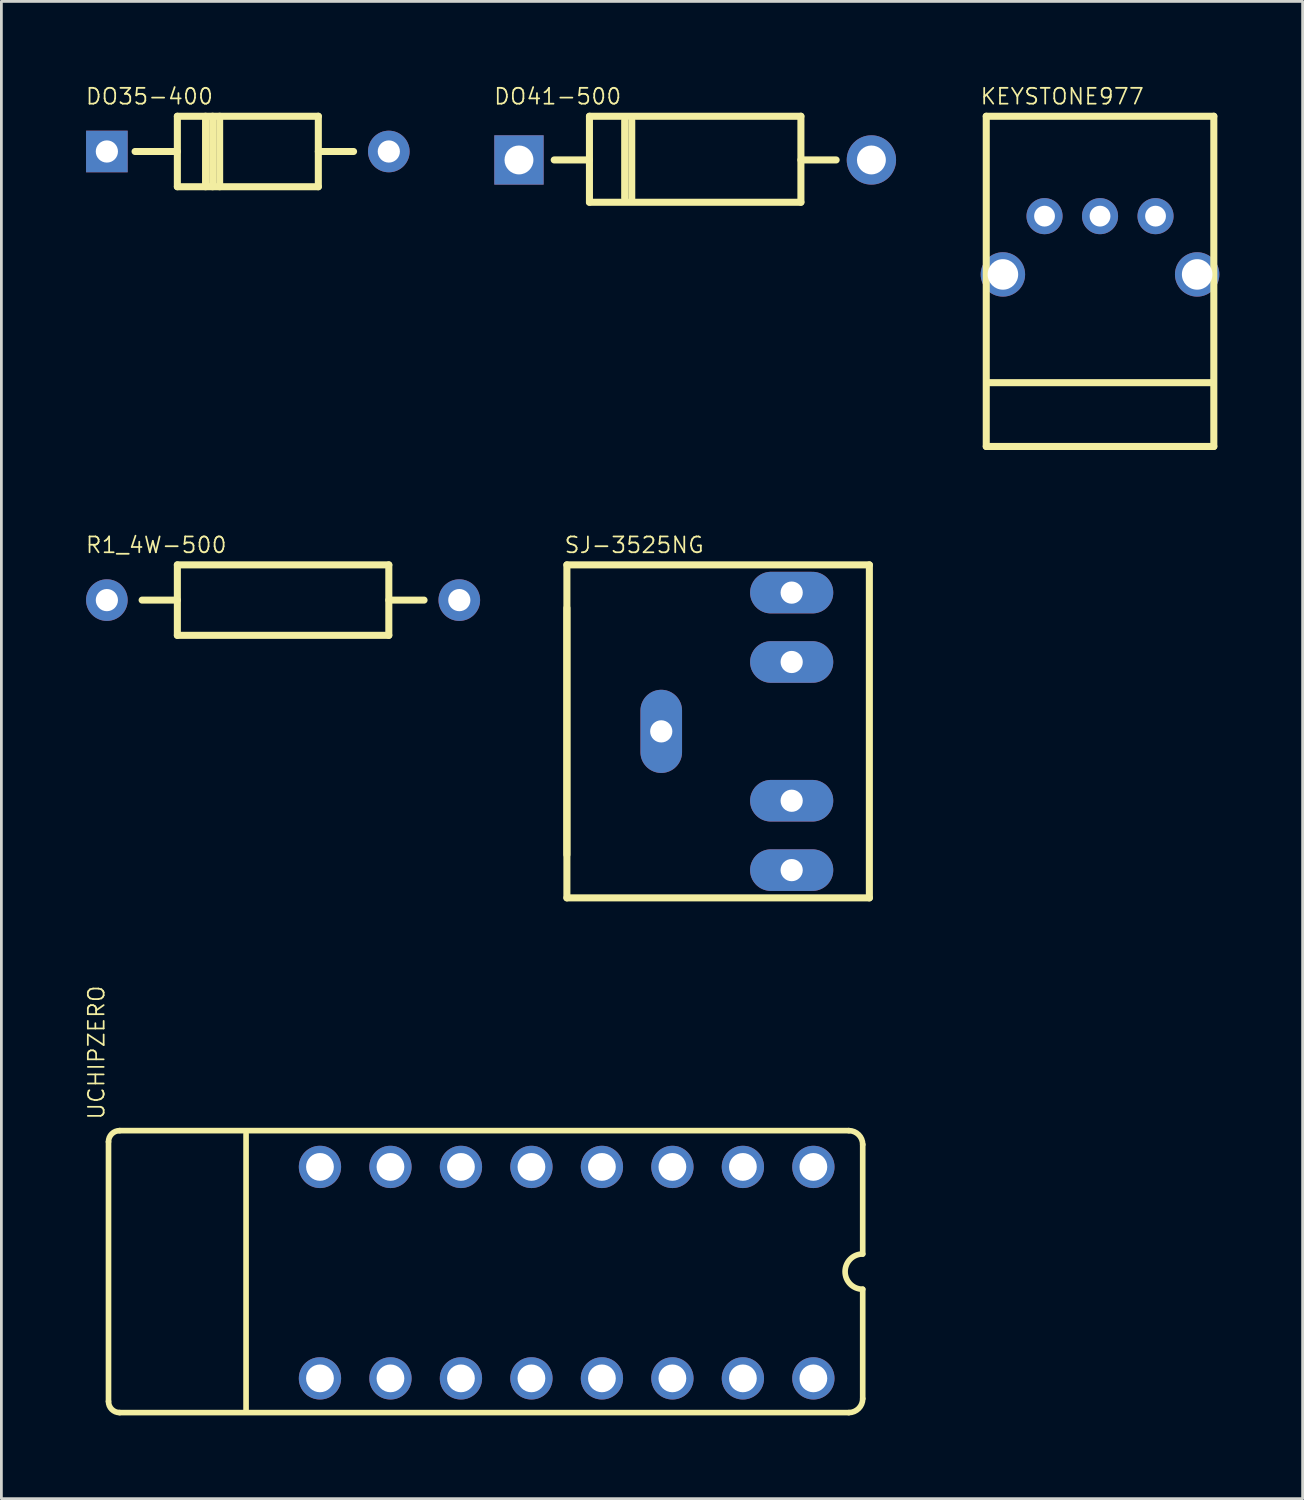
<source format=kicad_pcb>
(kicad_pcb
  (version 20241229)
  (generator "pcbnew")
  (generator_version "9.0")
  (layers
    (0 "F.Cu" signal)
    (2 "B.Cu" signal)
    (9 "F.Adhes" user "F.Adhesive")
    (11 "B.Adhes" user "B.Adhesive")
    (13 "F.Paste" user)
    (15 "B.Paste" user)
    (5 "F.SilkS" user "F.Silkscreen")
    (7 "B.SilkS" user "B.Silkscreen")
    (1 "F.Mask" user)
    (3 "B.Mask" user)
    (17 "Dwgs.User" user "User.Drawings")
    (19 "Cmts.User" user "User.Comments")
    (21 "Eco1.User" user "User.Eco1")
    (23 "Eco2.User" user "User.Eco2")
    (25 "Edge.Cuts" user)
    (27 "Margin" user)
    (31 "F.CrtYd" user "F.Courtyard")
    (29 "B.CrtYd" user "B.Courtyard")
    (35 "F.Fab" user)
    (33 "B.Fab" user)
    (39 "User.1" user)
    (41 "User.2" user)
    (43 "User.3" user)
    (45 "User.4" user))
  (footprint "DO35-400"
    (layer "F.Cu")
    (at 0.801 2.409)
    (property "Reference" "DO35-400" (at -0.801 -1.651 0) (layer "F.SilkS") (effects (font (size 0.57 0.57) (thickness 0.063)) (justify left bottom)))
    (attr through_hole)
    (fp_line (start 1.016 0) (end 2.54 0) (stroke (width 0.254) (type solid)) (layer "F.SilkS"))
    (fp_line (start 2.54 -1.27) (end 7.62 -1.27) (stroke (width 0.254) (type solid)) (layer "F.SilkS"))
    (fp_line (start 2.54 1.27) (end 2.54 -1.27) (stroke (width 0.254) (type solid)) (layer "F.SilkS"))
    (fp_line (start 2.54 1.27) (end 7.62 1.27) (stroke (width 0.254) (type solid)) (layer "F.SilkS"))
    (fp_line (start 3.556 1.27) (end 3.556 -1.27) (stroke (width 0.254) (type solid)) (layer "F.SilkS"))
    (fp_line (start 3.81 1.27) (end 3.81 -1.27) (stroke (width 0.254) (type solid)) (layer "F.SilkS"))
    (fp_line (start 4.064 1.27) (end 4.064 -1.27) (stroke (width 0.254) (type solid)) (layer "F.SilkS"))
    (fp_line (start 7.62 0) (end 8.89 0) (stroke (width 0.254) (type solid)) (layer "F.SilkS"))
    (fp_line (start 7.62 1.27) (end 7.62 -1.27) (stroke (width 0.254) (type solid)) (layer "F.SilkS"))
    (pad "1" thru_hole rect (at 0 0) (size 1.5 1.5) (drill 0.8) (layers "*.Cu" "*.Mask"))
    (pad "2" thru_hole circle (at 10.16 0) (size 1.5 1.5) (drill 0.8) (layers "*.Cu" "*.Mask")))
  (footprint "UCHIPZERO"
    (layer "F.Cu")
    (at 18.067 42.81)
    (property "Reference" "UCHIPZERO" (at -17.309 -5.473 270) (layer "F.SilkS") (effects (font (size 0.57 0.57) (thickness 0.063)) (justify left bottom)))
    (attr through_hole)
    (fp_line (start -17.207 4.643) (end -17.207 -4.717) (stroke (width 0.203) (type solid)) (layer "F.SilkS"))
    (fp_line (start -16.807 -5.117) (end 9.471 -5.117) (stroke (width 0.203) (type solid)) (layer "F.SilkS"))
    (fp_line (start -16.807 5.043) (end 9.471 5.043) (stroke (width 0.203) (type solid)) (layer "F.SilkS"))
    (fp_line (start -12.25 5) (end -12.25 -5) (stroke (width 0.203) (type solid)) (layer "F.SilkS"))
    (fp_line (start 9.971 -0.672) (end 9.971 -4.617) (stroke (width 0.203) (type solid)) (layer "F.SilkS"))
    (fp_line (start 9.971 4.543) (end 9.971 0.598) (stroke (width 0.203) (type solid)) (layer "F.SilkS"))
    (fp_arc (start -17.207 -4.717) (mid -17.089843 -4.999843) (end -16.807 -5.117) (stroke (width 0.2032) (type solid)) (layer "F.SilkS"))
    (fp_arc (start -16.807 5.043) (mid -17.089843 4.925843) (end -17.207 4.643) (stroke (width 0.2032) (type solid)) (layer "F.SilkS"))
    (fp_arc (start 9.471 -5.117) (mid 9.824553 -4.970553) (end 9.971 -4.617) (stroke (width 0.2032) (type solid)) (layer "F.SilkS"))
    (fp_arc (start 9.971 0.598) (mid 9.336 -0.037) (end 9.971 -0.672) (stroke (width 0.2032) (type solid)) (layer "F.SilkS"))
    (fp_arc (start 9.971 4.543) (mid 9.824553 4.896553) (end 9.471 5.043) (stroke (width 0.2032) (type solid)) (layer "F.SilkS"))
    (pad "1" thru_hole circle (at 8.193 -3.81) (size 1.524 1.524) (drill 1) (layers "*.Cu" "*.Mask"))
    (pad "2" thru_hole circle (at 5.653 -3.81) (size 1.524 1.524) (drill 1) (layers "*.Cu" "*.Mask"))
    (pad "3" thru_hole circle (at 3.113 -3.81) (size 1.524 1.524) (drill 1) (layers "*.Cu" "*.Mask"))
    (pad "4" thru_hole circle (at 0.573 -3.81) (size 1.524 1.524) (drill 1) (layers "*.Cu" "*.Mask"))
    (pad "5" thru_hole circle (at -1.967 -3.81) (size 1.524 1.524) (drill 1) (layers "*.Cu" "*.Mask"))
    (pad "6" thru_hole circle (at -4.507 -3.81) (size 1.524 1.524) (drill 1) (layers "*.Cu" "*.Mask"))
    (pad "7" thru_hole circle (at -7.047 -3.81) (size 1.524 1.524) (drill 1) (layers "*.Cu" "*.Mask"))
    (pad "8" thru_hole circle (at -9.587 -3.81) (size 1.524 1.524) (drill 1) (layers "*.Cu" "*.Mask"))
    (pad "9" thru_hole circle (at -9.587 3.81) (size 1.524 1.524) (drill 1) (layers "*.Cu" "*.Mask"))
    (pad "10" thru_hole circle (at -7.047 3.81) (size 1.524 1.524) (drill 1) (layers "*.Cu" "*.Mask"))
    (pad "11" thru_hole circle (at -4.507 3.81) (size 1.524 1.524) (drill 1) (layers "*.Cu" "*.Mask"))
    (pad "12" thru_hole circle (at -1.967 3.81) (size 1.524 1.524) (drill 1) (layers "*.Cu" "*.Mask"))
    (pad "13" thru_hole circle (at 0.573 3.81) (size 1.524 1.524) (drill 1) (layers "*.Cu" "*.Mask"))
    (pad "14" thru_hole circle (at 3.113 3.81) (size 1.524 1.524) (drill 1) (layers "*.Cu" "*.Mask"))
    (pad "15" thru_hole circle (at 5.653 3.81) (size 1.524 1.524) (drill 1) (layers "*.Cu" "*.Mask"))
    (pad "16" thru_hole circle (at 8.193 3.81) (size 1.524 1.524) (drill 1) (layers "*.Cu" "*.Mask")))
  (footprint "R1_4W-500"
    (layer "F.Cu")
    (at 0.801 18.575)
    (property "Reference" "R1_4W-500" (at -0.801 -1.651 0) (layer "F.SilkS") (effects (font (size 0.57 0.57) (thickness 0.063)) (justify left bottom)))
    (attr through_hole)
    (fp_line (start 1.27 0) (end 2.54 0) (stroke (width 0.254) (type solid)) (layer "F.SilkS"))
    (fp_line (start 2.54 -1.27) (end 10.16 -1.27) (stroke (width 0.254) (type solid)) (layer "F.SilkS"))
    (fp_line (start 2.54 1.27) (end 2.54 -1.27) (stroke (width 0.254) (type solid)) (layer "F.SilkS"))
    (fp_line (start 2.54 1.27) (end 10.16 1.27) (stroke (width 0.254) (type solid)) (layer "F.SilkS"))
    (fp_line (start 10.16 0) (end 11.43 0) (stroke (width 0.254) (type solid)) (layer "F.SilkS"))
    (fp_line (start 10.16 1.27) (end 10.16 -1.27) (stroke (width 0.254) (type solid)) (layer "F.SilkS"))
    (pad "1" thru_hole circle (at 0 0) (size 1.5 1.5) (drill 0.8) (layers "*.Cu" "*.Mask"))
    (pad "2" thru_hole circle (at 12.7 0) (size 1.5 1.5) (drill 0.8) (layers "*.Cu" "*.Mask")))
  (footprint "KEYSTONE977"
    (layer "F.Cu")
    (at 36.59 4.739)
    (property "Reference" "KEYSTONE977" (at -4.351 -3.981 180) (layer "F.SilkS") (effects (font (size 0.57 0.57) (thickness 0.063)) (justify left bottom)))
    (attr through_hole)
    (fp_line (start -4.1 -3.6) (end 4.1 -3.6) (stroke (width 0.254) (type solid)) (layer "F.SilkS"))
    (fp_line (start -4.1 8.3) (end -4.1 -3.6) (stroke (width 0.254) (type solid)) (layer "F.SilkS"))
    (fp_line (start -4.1 8.3) (end 4.1 8.3) (stroke (width 0.254) (type solid)) (layer "F.SilkS"))
    (fp_line (start -4 6) (end 4 6) (stroke (width 0.254) (type solid)) (layer "F.SilkS"))
    (fp_line (start 4.1 8.3) (end 4.1 -3.6) (stroke (width 0.254) (type solid)) (layer "F.SilkS"))
    (pad "1" thru_hole circle (at -2 0) (size 1.3 1.3) (drill 0.75) (layers "*.Cu" "*.Mask"))
    (pad "2" thru_hole circle (at 0 0) (size 1.3 1.3) (drill 0.75) (layers "*.Cu" "*.Mask"))
    (pad "3" thru_hole circle (at 2 0) (size 1.3 1.3) (drill 0.75) (layers "*.Cu" "*.Mask"))
    (pad "4" thru_hole circle (at -3.5 2.1) (size 1.6 1.6) (drill 1.1) (layers "*.Cu" "*.Mask"))
    (pad "5" thru_hole circle (at 3.5 2.1) (size 1.6 1.6) (drill 1.1) (layers "*.Cu" "*.Mask")))
  (footprint "SJ-3525NG"
    (layer "F.Cu")
    (at 20.778 23.305)
    (property "Reference" "SJ-3525NG" (at -3.527 -6.381 180) (layer "F.SilkS") (effects (font (size 0.57 0.57) (thickness 0.063)) (justify left bottom)))
    (attr through_hole)
    (fp_line (start -3.4 -6) (end 7.5 -6) (stroke (width 0.254) (type solid)) (layer "F.SilkS"))
    (fp_line (start -3.4 4.445) (end -3.4 -4.445) (stroke (width 0.254) (type solid)) (layer "F.SilkS"))
    (fp_line (start -3.4 6) (end -3.4 -6) (stroke (width 0.254) (type solid)) (layer "F.SilkS"))
    (fp_line (start -3.4 6) (end 7.5 6) (stroke (width 0.254) (type solid)) (layer "F.SilkS"))
    (fp_line (start 7.5 6) (end 7.5 -6) (stroke (width 0.254) (type solid)) (layer "F.SilkS"))
    (pad "1" thru_hole oval (at 0 0 90) (size 2.997 1.499) (drill 0.8) (layers "*.Cu" "*.Mask"))
    (pad "2" thru_hole oval (at 4.7 5) (size 2.997 1.499) (drill 0.8) (layers "*.Cu" "*.Mask"))
    (pad "3" thru_hole oval (at 4.7 -5) (size 2.997 1.499) (drill 0.8) (layers "*.Cu" "*.Mask"))
    (pad "4" thru_hole oval (at 4.7 2.5) (size 2.997 1.499) (drill 0.8) (layers "*.Cu" "*.Mask"))
    (pad "5" thru_hole oval (at 4.7 -2.5) (size 2.997 1.499) (drill 0.8) (layers "*.Cu" "*.Mask")))
  (footprint "DO41-500"
    (layer "F.Cu")
    (at 15.651 2.714)
    (property "Reference" "DO41-500" (at -0.94 -1.956 180) (layer "F.SilkS") (effects (font (size 0.57 0.57) (thickness 0.063)) (justify left bottom)))
    (attr through_hole)
    (fp_line (start 1.27 0) (end 2.54 0) (stroke (width 0.254) (type solid)) (layer "F.SilkS"))
    (fp_line (start 2.54 -1.575) (end 10.16 -1.575) (stroke (width 0.254) (type solid)) (layer "F.SilkS"))
    (fp_line (start 2.54 1.524) (end 2.54 -1.575) (stroke (width 0.254) (type solid)) (layer "F.SilkS"))
    (fp_line (start 2.54 1.524) (end 10.16 1.524) (stroke (width 0.254) (type solid)) (layer "F.SilkS"))
    (fp_line (start 3.81 1.372) (end 3.81 -1.422) (stroke (width 0.254) (type solid)) (layer "F.SilkS"))
    (fp_line (start 4.064 1.422) (end 4.064 -1.422) (stroke (width 0.254) (type solid)) (layer "F.SilkS"))
    (fp_line (start 10.16 0) (end 11.43 0) (stroke (width 0.254) (type solid)) (layer "F.SilkS"))
    (fp_line (start 10.16 1.524) (end 10.16 -1.575) (stroke (width 0.254) (type solid)) (layer "F.SilkS"))
    (pad "1" thru_hole rect (at 0 0) (size 1.778 1.778) (drill 1.041) (layers "*.Cu" "*.Mask"))
    (pad "2" thru_hole circle (at 12.7 0) (size 1.778 1.778) (drill 1.041) (layers "*.Cu" "*.Mask")))
  (gr_rect
    (start -3 -3)
    (end 43.89 50.955)
    (stroke (width 0.1) (type default))
    (fill no)
    (layer "Edge.Cuts")))
</source>
